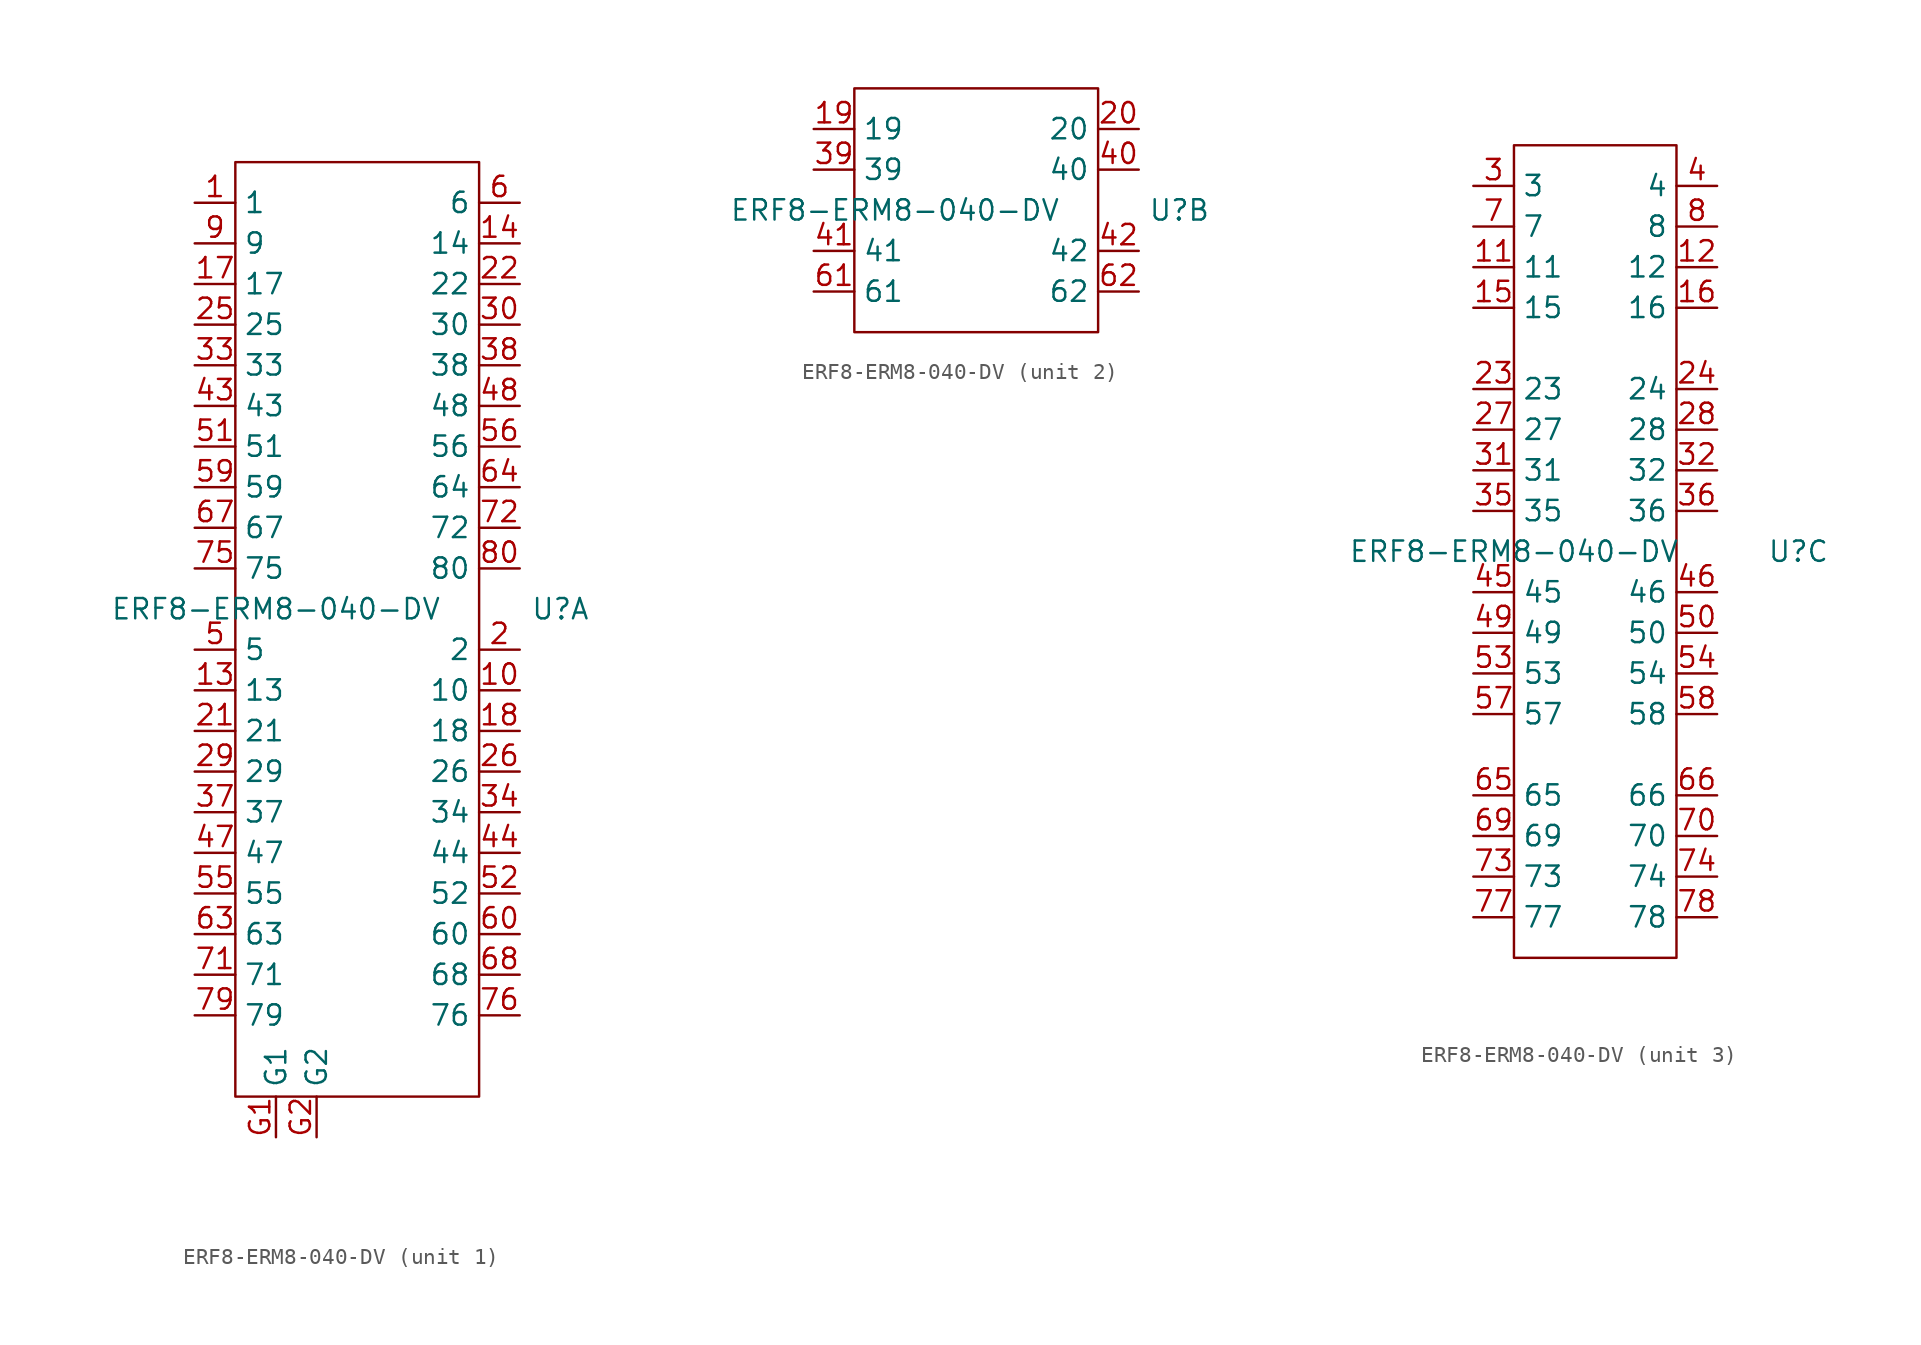
<source format=kicad_sym>
(kicad_symbol_lib
  (version 20211014)
  (generator kicad_symbol_editor)
  (symbol "ERF8-ERM8-040-DV"
    (property "Reference" "U"
      (at 12.7 0 0)
      (effects (font (size 1.27 1.27))))
    (property "Value" "ERF8-ERM8-040-DV"
      (at -5.08 0 0)
      (effects (font (size 1.27 1.27))))
    (symbol "ERF8-ERM8-040-DV_1_1"
      (rectangle (start -7.62 27.94) (end 7.62 -30.48) (stroke (width 0) (type default) (color 0 0 0 0)) (fill (type none)))
      (pin power_in line (at -10.16 25.4 0) (length 2.54) (name "1" (effects (font (size 1.27 1.27)))) (number "1" (effects (font (size 1.27 1.27)))))
      (pin power_in line (at 10.16 -5.08 180) (length 2.54) (name "10" (effects (font (size 1.27 1.27)))) (number "10" (effects (font (size 1.27 1.27)))))
      (pin power_in line (at -10.16 -5.08 0) (length 2.54) (name "13" (effects (font (size 1.27 1.27)))) (number "13" (effects (font (size 1.27 1.27)))))
      (pin power_in line (at 10.16 22.86 180) (length 2.54) (name "14" (effects (font (size 1.27 1.27)))) (number "14" (effects (font (size 1.27 1.27)))))
      (pin power_in line (at -10.16 20.32 0) (length 2.54) (name "17" (effects (font (size 1.27 1.27)))) (number "17" (effects (font (size 1.27 1.27)))))
      (pin power_in line (at 10.16 -7.62 180) (length 2.54) (name "18" (effects (font (size 1.27 1.27)))) (number "18" (effects (font (size 1.27 1.27)))))
      (pin power_in line (at 10.16 -2.54 180) (length 2.54) (name "2" (effects (font (size 1.27 1.27)))) (number "2" (effects (font (size 1.27 1.27)))))
      (pin power_in line (at -10.16 -7.62 0) (length 2.54) (name "21" (effects (font (size 1.27 1.27)))) (number "21" (effects (font (size 1.27 1.27)))))
      (pin power_in line (at 10.16 20.32 180) (length 2.54) (name "22" (effects (font (size 1.27 1.27)))) (number "22" (effects (font (size 1.27 1.27)))))
      (pin power_in line (at -10.16 17.78 0) (length 2.54) (name "25" (effects (font (size 1.27 1.27)))) (number "25" (effects (font (size 1.27 1.27)))))
      (pin power_in line (at 10.16 -10.16 180) (length 2.54) (name "26" (effects (font (size 1.27 1.27)))) (number "26" (effects (font (size 1.27 1.27)))))
      (pin power_in line (at -10.16 -10.16 0) (length 2.54) (name "29" (effects (font (size 1.27 1.27)))) (number "29" (effects (font (size 1.27 1.27)))))
      (pin power_in line (at 10.16 17.78 180) (length 2.54) (name "30" (effects (font (size 1.27 1.27)))) (number "30" (effects (font (size 1.27 1.27)))))
      (pin power_in line (at -10.16 15.24 0) (length 2.54) (name "33" (effects (font (size 1.27 1.27)))) (number "33" (effects (font (size 1.27 1.27)))))
      (pin power_in line (at 10.16 -12.7 180) (length 2.54) (name "34" (effects (font (size 1.27 1.27)))) (number "34" (effects (font (size 1.27 1.27)))))
      (pin power_in line (at -10.16 -12.7 0) (length 2.54) (name "37" (effects (font (size 1.27 1.27)))) (number "37" (effects (font (size 1.27 1.27)))))
      (pin power_in line (at 10.16 15.24 180) (length 2.54) (name "38" (effects (font (size 1.27 1.27)))) (number "38" (effects (font (size 1.27 1.27)))))
      (pin power_in line (at -10.16 12.7 0) (length 2.54) (name "43" (effects (font (size 1.27 1.27)))) (number "43" (effects (font (size 1.27 1.27)))))
      (pin power_in line (at 10.16 -15.24 180) (length 2.54) (name "44" (effects (font (size 1.27 1.27)))) (number "44" (effects (font (size 1.27 1.27)))))
      (pin power_in line (at -10.16 -15.24 0) (length 2.54) (name "47" (effects (font (size 1.27 1.27)))) (number "47" (effects (font (size 1.27 1.27)))))
      (pin power_in line (at 10.16 12.7 180) (length 2.54) (name "48" (effects (font (size 1.27 1.27)))) (number "48" (effects (font (size 1.27 1.27)))))
      (pin power_in line (at -10.16 -2.54 0) (length 2.54) (name "5" (effects (font (size 1.27 1.27)))) (number "5" (effects (font (size 1.27 1.27)))))
      (pin power_in line (at -10.16 10.16 0) (length 2.54) (name "51" (effects (font (size 1.27 1.27)))) (number "51" (effects (font (size 1.27 1.27)))))
      (pin power_in line (at 10.16 -17.78 180) (length 2.54) (name "52" (effects (font (size 1.27 1.27)))) (number "52" (effects (font (size 1.27 1.27)))))
      (pin power_in line (at -10.16 -17.78 0) (length 2.54) (name "55" (effects (font (size 1.27 1.27)))) (number "55" (effects (font (size 1.27 1.27)))))
      (pin power_in line (at 10.16 10.16 180) (length 2.54) (name "56" (effects (font (size 1.27 1.27)))) (number "56" (effects (font (size 1.27 1.27)))))
      (pin power_in line (at -10.16 7.62 0) (length 2.54) (name "59" (effects (font (size 1.27 1.27)))) (number "59" (effects (font (size 1.27 1.27)))))
      (pin power_in line (at 10.16 25.4 180) (length 2.54) (name "6" (effects (font (size 1.27 1.27)))) (number "6" (effects (font (size 1.27 1.27)))))
      (pin power_in line (at 10.16 -20.32 180) (length 2.54) (name "60" (effects (font (size 1.27 1.27)))) (number "60" (effects (font (size 1.27 1.27)))))
      (pin power_in line (at -10.16 -20.32 0) (length 2.54) (name "63" (effects (font (size 1.27 1.27)))) (number "63" (effects (font (size 1.27 1.27)))))
      (pin power_in line (at 10.16 7.62 180) (length 2.54) (name "64" (effects (font (size 1.27 1.27)))) (number "64" (effects (font (size 1.27 1.27)))))
      (pin power_in line (at -10.16 5.08 0) (length 2.54) (name "67" (effects (font (size 1.27 1.27)))) (number "67" (effects (font (size 1.27 1.27)))))
      (pin power_in line (at 10.16 -22.86 180) (length 2.54) (name "68" (effects (font (size 1.27 1.27)))) (number "68" (effects (font (size 1.27 1.27)))))
      (pin power_in line (at -10.16 -22.86 0) (length 2.54) (name "71" (effects (font (size 1.27 1.27)))) (number "71" (effects (font (size 1.27 1.27)))))
      (pin power_in line (at 10.16 5.08 180) (length 2.54) (name "72" (effects (font (size 1.27 1.27)))) (number "72" (effects (font (size 1.27 1.27)))))
      (pin power_in line (at -10.16 2.54 0) (length 2.54) (name "75" (effects (font (size 1.27 1.27)))) (number "75" (effects (font (size 1.27 1.27)))))
      (pin power_in line (at 10.16 -25.4 180) (length 2.54) (name "76" (effects (font (size 1.27 1.27)))) (number "76" (effects (font (size 1.27 1.27)))))
      (pin power_in line (at -10.16 -25.4 0) (length 2.54) (name "79" (effects (font (size 1.27 1.27)))) (number "79" (effects (font (size 1.27 1.27)))))
      (pin power_in line (at 10.16 2.54 180) (length 2.54) (name "80" (effects (font (size 1.27 1.27)))) (number "80" (effects (font (size 1.27 1.27)))))
      (pin power_in line (at -10.16 22.86 0) (length 2.54) (name "9" (effects (font (size 1.27 1.27)))) (number "9" (effects (font (size 1.27 1.27)))))
      (pin unspecified line (at -5.08 -33.02 90) (length 2.54) (name "G1" (effects (font (size 1.27 1.27)))) (number "G1" (effects (font (size 1.27 1.27)))))
      (pin unspecified line (at -2.54 -33.02 90) (length 2.54) (name "G2" (effects (font (size 1.27 1.27)))) (number "G2" (effects (font (size 1.27 1.27))))))
    (symbol "ERF8-ERM8-040-DV_2_1"
      (rectangle (start -7.62 7.62) (end 7.62 -7.62) (stroke (width 0) (type default) (color 0 0 0 0)) (fill (type none)))
      (pin unspecified line (at -10.16 5.08 0) (length 2.54) (name "19" (effects (font (size 1.27 1.27)))) (number "19" (effects (font (size 1.27 1.27)))))
      (pin unspecified line (at 10.16 5.08 180) (length 2.54) (name "20" (effects (font (size 1.27 1.27)))) (number "20" (effects (font (size 1.27 1.27)))))
      (pin unspecified line (at -10.16 2.54 0) (length 2.54) (name "39" (effects (font (size 1.27 1.27)))) (number "39" (effects (font (size 1.27 1.27)))))
      (pin unspecified line (at 10.16 2.54 180) (length 2.54) (name "40" (effects (font (size 1.27 1.27)))) (number "40" (effects (font (size 1.27 1.27)))))
      (pin unspecified line (at -10.16 -2.54 0) (length 2.54) (name "41" (effects (font (size 1.27 1.27)))) (number "41" (effects (font (size 1.27 1.27)))))
      (pin unspecified line (at 10.16 -2.54 180) (length 2.54) (name "42" (effects (font (size 1.27 1.27)))) (number "42" (effects (font (size 1.27 1.27)))))
      (pin unspecified line (at -10.16 -5.08 0) (length 2.54) (name "61" (effects (font (size 1.27 1.27)))) (number "61" (effects (font (size 1.27 1.27)))))
      (pin unspecified line (at 10.16 -5.08 180) (length 2.54) (name "62" (effects (font (size 1.27 1.27)))) (number "62" (effects (font (size 1.27 1.27))))))
    (symbol "ERF8-ERM8-040-DV_3_1"
      (rectangle (start -5.08 25.4) (end 5.08 -25.4) (stroke (width 0) (type default) (color 0 0 0 0)) (fill (type none)))
      (pin unspecified line (at -7.62 17.78 0) (length 2.54) (name "11" (effects (font (size 1.27 1.27)))) (number "11" (effects (font (size 1.27 1.27)))))
      (pin unspecified line (at 7.62 17.78 180) (length 2.54) (name "12" (effects (font (size 1.27 1.27)))) (number "12" (effects (font (size 1.27 1.27)))))
      (pin unspecified line (at -7.62 15.24 0) (length 2.54) (name "15" (effects (font (size 1.27 1.27)))) (number "15" (effects (font (size 1.27 1.27)))))
      (pin unspecified line (at 7.62 15.24 180) (length 2.54) (name "16" (effects (font (size 1.27 1.27)))) (number "16" (effects (font (size 1.27 1.27)))))
      (pin unspecified line (at -7.62 10.16 0) (length 2.54) (name "23" (effects (font (size 1.27 1.27)))) (number "23" (effects (font (size 1.27 1.27)))))
      (pin unspecified line (at 7.62 10.16 180) (length 2.54) (name "24" (effects (font (size 1.27 1.27)))) (number "24" (effects (font (size 1.27 1.27)))))
      (pin unspecified line (at -7.62 7.62 0) (length 2.54) (name "27" (effects (font (size 1.27 1.27)))) (number "27" (effects (font (size 1.27 1.27)))))
      (pin unspecified line (at 7.62 7.62 180) (length 2.54) (name "28" (effects (font (size 1.27 1.27)))) (number "28" (effects (font (size 1.27 1.27)))))
      (pin unspecified line (at -7.62 22.86 0) (length 2.54) (name "3" (effects (font (size 1.27 1.27)))) (number "3" (effects (font (size 1.27 1.27)))))
      (pin unspecified line (at -7.62 5.08 0) (length 2.54) (name "31" (effects (font (size 1.27 1.27)))) (number "31" (effects (font (size 1.27 1.27)))))
      (pin unspecified line (at 7.62 5.08 180) (length 2.54) (name "32" (effects (font (size 1.27 1.27)))) (number "32" (effects (font (size 1.27 1.27)))))
      (pin unspecified line (at -7.62 2.54 0) (length 2.54) (name "35" (effects (font (size 1.27 1.27)))) (number "35" (effects (font (size 1.27 1.27)))))
      (pin unspecified line (at 7.62 2.54 180) (length 2.54) (name "36" (effects (font (size 1.27 1.27)))) (number "36" (effects (font (size 1.27 1.27)))))
      (pin unspecified line (at 7.62 22.86 180) (length 2.54) (name "4" (effects (font (size 1.27 1.27)))) (number "4" (effects (font (size 1.27 1.27)))))
      (pin unspecified line (at -7.62 -2.54 0) (length 2.54) (name "45" (effects (font (size 1.27 1.27)))) (number "45" (effects (font (size 1.27 1.27)))))
      (pin unspecified line (at 7.62 -2.54 180) (length 2.54) (name "46" (effects (font (size 1.27 1.27)))) (number "46" (effects (font (size 1.27 1.27)))))
      (pin unspecified line (at -7.62 -5.08 0) (length 2.54) (name "49" (effects (font (size 1.27 1.27)))) (number "49" (effects (font (size 1.27 1.27)))))
      (pin unspecified line (at 7.62 -5.08 180) (length 2.54) (name "50" (effects (font (size 1.27 1.27)))) (number "50" (effects (font (size 1.27 1.27)))))
      (pin unspecified line (at -7.62 -7.62 0) (length 2.54) (name "53" (effects (font (size 1.27 1.27)))) (number "53" (effects (font (size 1.27 1.27)))))
      (pin unspecified line (at 7.62 -7.62 180) (length 2.54) (name "54" (effects (font (size 1.27 1.27)))) (number "54" (effects (font (size 1.27 1.27)))))
      (pin unspecified line (at -7.62 -10.16 0) (length 2.54) (name "57" (effects (font (size 1.27 1.27)))) (number "57" (effects (font (size 1.27 1.27)))))
      (pin unspecified line (at 7.62 -10.16 180) (length 2.54) (name "58" (effects (font (size 1.27 1.27)))) (number "58" (effects (font (size 1.27 1.27)))))
      (pin unspecified line (at -7.62 -15.24 0) (length 2.54) (name "65" (effects (font (size 1.27 1.27)))) (number "65" (effects (font (size 1.27 1.27)))))
      (pin unspecified line (at 7.62 -15.24 180) (length 2.54) (name "66" (effects (font (size 1.27 1.27)))) (number "66" (effects (font (size 1.27 1.27)))))
      (pin unspecified line (at -7.62 -17.78 0) (length 2.54) (name "69" (effects (font (size 1.27 1.27)))) (number "69" (effects (font (size 1.27 1.27)))))
      (pin unspecified line (at -7.62 20.32 0) (length 2.54) (name "7" (effects (font (size 1.27 1.27)))) (number "7" (effects (font (size 1.27 1.27)))))
      (pin unspecified line (at 7.62 -17.78 180) (length 2.54) (name "70" (effects (font (size 1.27 1.27)))) (number "70" (effects (font (size 1.27 1.27)))))
      (pin unspecified line (at -7.62 -20.32 0) (length 2.54) (name "73" (effects (font (size 1.27 1.27)))) (number "73" (effects (font (size 1.27 1.27)))))
      (pin unspecified line (at 7.62 -20.32 180) (length 2.54) (name "74" (effects (font (size 1.27 1.27)))) (number "74" (effects (font (size 1.27 1.27)))))
      (pin unspecified line (at -7.62 -22.86 0) (length 2.54) (name "77" (effects (font (size 1.27 1.27)))) (number "77" (effects (font (size 1.27 1.27)))))
      (pin unspecified line (at 7.62 -22.86 180) (length 2.54) (name "78" (effects (font (size 1.27 1.27)))) (number "78" (effects (font (size 1.27 1.27)))))
      (pin unspecified line (at 7.62 20.32 180) (length 2.54) (name "8" (effects (font (size 1.27 1.27)))) (number "8" (effects (font (size 1.27 1.27))))))))
</source>
